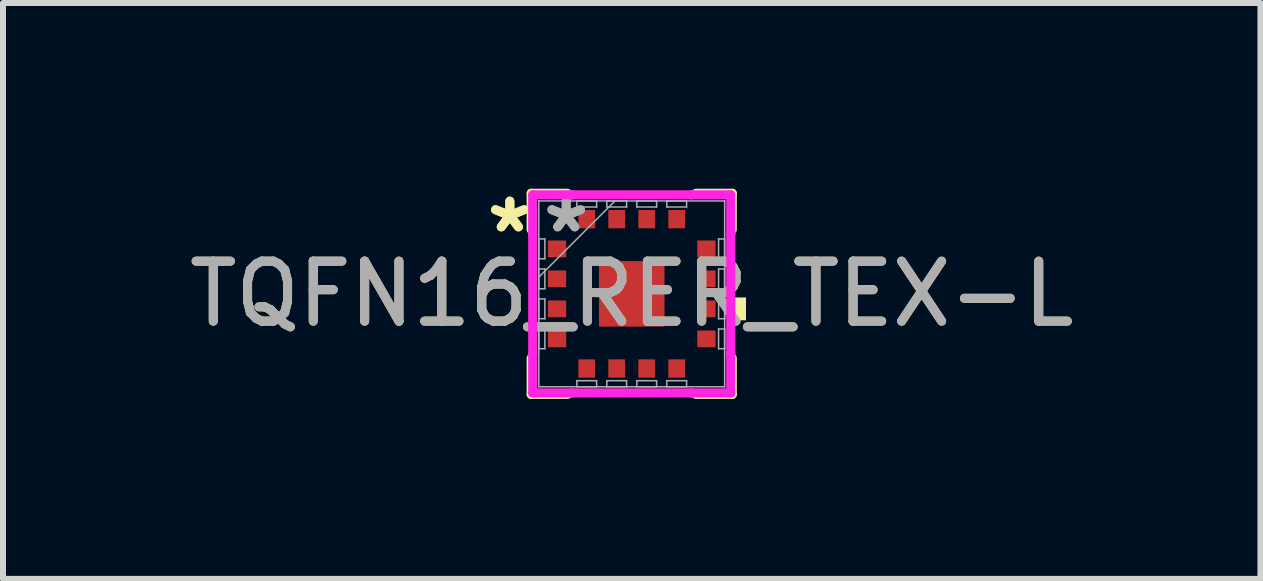
<source format=kicad_pcb>
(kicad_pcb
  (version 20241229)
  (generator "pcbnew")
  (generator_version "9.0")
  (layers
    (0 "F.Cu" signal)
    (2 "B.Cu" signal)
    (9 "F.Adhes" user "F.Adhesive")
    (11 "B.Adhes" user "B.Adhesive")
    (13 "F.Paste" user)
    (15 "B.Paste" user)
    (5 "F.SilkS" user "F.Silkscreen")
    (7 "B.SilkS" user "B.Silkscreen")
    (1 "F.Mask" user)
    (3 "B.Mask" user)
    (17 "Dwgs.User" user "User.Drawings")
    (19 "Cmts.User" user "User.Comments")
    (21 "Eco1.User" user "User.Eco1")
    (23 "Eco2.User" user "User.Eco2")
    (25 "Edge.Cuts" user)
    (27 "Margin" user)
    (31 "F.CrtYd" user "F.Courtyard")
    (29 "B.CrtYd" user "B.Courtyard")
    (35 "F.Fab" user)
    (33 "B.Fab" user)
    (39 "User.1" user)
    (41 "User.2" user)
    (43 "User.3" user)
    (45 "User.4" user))
  (footprint "TQFN16_RER_TEX-L"
    (layer "F.Cu")
    (at 7.482 1.849)
    (property "Reference" "TQFN16_RER_TEX-L" (at 0 0 0) (unlocked yes) (layer "F.SilkS") (effects (font (size 1 1) (thickness 0.15))))
    (attr smd)
    (fp_line (start -1.676 -1.676) (end -1.676 -1.071) (stroke (width 0.152) (type solid)) (layer "F.SilkS"))
    (fp_line (start -1.676 1.071) (end -1.676 1.676) (stroke (width 0.152) (type solid)) (layer "F.SilkS"))
    (fp_line (start -1.676 1.676) (end -1.071 1.676) (stroke (width 0.152) (type solid)) (layer "F.SilkS"))
    (fp_line (start -1.071 -1.676) (end -1.676 -1.676) (stroke (width 0.152) (type solid)) (layer "F.SilkS"))
    (fp_line (start 1.071 1.676) (end 1.676 1.676) (stroke (width 0.152) (type solid)) (layer "F.SilkS"))
    (fp_line (start 1.676 -1.676) (end 1.071 -1.676) (stroke (width 0.152) (type solid)) (layer "F.SilkS"))
    (fp_line (start 1.676 -1.071) (end 1.676 -1.676) (stroke (width 0.152) (type solid)) (layer "F.SilkS"))
    (fp_line (start 1.676 1.676) (end 1.676 1.071) (stroke (width 0.152) (type solid)) (layer "F.SilkS"))
    (fp_poly (pts (xy 1.905 0.06) (xy 1.905 0.441) (xy 1.651 0.441) (xy 1.651 0.06)) (stroke (width 0) (type solid)) (fill yes) (layer "F.SilkS"))
    (fp_line (start -1.651 -1.651) (end -0.991 -1.651) (stroke (width 0.152) (type solid)) (layer "F.CrtYd"))
    (fp_line (start -1.651 -0.991) (end -1.651 -1.651) (stroke (width 0.152) (type solid)) (layer "F.CrtYd"))
    (fp_line (start -1.651 -0.991) (end -1.651 -0.991) (stroke (width 0.152) (type solid)) (layer "F.CrtYd"))
    (fp_line (start -1.651 0.991) (end -1.651 -0.991) (stroke (width 0.152) (type solid)) (layer "F.CrtYd"))
    (fp_line (start -1.651 0.991) (end -1.651 0.991) (stroke (width 0.152) (type solid)) (layer "F.CrtYd"))
    (fp_line (start -1.651 1.651) (end -1.651 0.991) (stroke (width 0.152) (type solid)) (layer "F.CrtYd"))
    (fp_line (start -0.991 -1.651) (end -0.991 -1.651) (stroke (width 0.152) (type solid)) (layer "F.CrtYd"))
    (fp_line (start -0.991 -1.651) (end 0.991 -1.651) (stroke (width 0.152) (type solid)) (layer "F.CrtYd"))
    (fp_line (start -0.991 1.651) (end -1.651 1.651) (stroke (width 0.152) (type solid)) (layer "F.CrtYd"))
    (fp_line (start -0.991 1.651) (end -0.991 1.651) (stroke (width 0.152) (type solid)) (layer "F.CrtYd"))
    (fp_line (start 0.991 -1.651) (end 0.991 -1.651) (stroke (width 0.152) (type solid)) (layer "F.CrtYd"))
    (fp_line (start 0.991 -1.651) (end 1.651 -1.651) (stroke (width 0.152) (type solid)) (layer "F.CrtYd"))
    (fp_line (start 0.991 1.651) (end -0.991 1.651) (stroke (width 0.152) (type solid)) (layer "F.CrtYd"))
    (fp_line (start 0.991 1.651) (end 0.991 1.651) (stroke (width 0.152) (type solid)) (layer "F.CrtYd"))
    (fp_line (start 1.651 -1.651) (end 1.651 -0.991) (stroke (width 0.152) (type solid)) (layer "F.CrtYd"))
    (fp_line (start 1.651 -0.991) (end 1.651 -0.991) (stroke (width 0.152) (type solid)) (layer "F.CrtYd"))
    (fp_line (start 1.651 -0.991) (end 1.651 0.991) (stroke (width 0.152) (type solid)) (layer "F.CrtYd"))
    (fp_line (start 1.651 0.991) (end 1.651 0.991) (stroke (width 0.152) (type solid)) (layer "F.CrtYd"))
    (fp_line (start 1.651 0.991) (end 1.651 1.651) (stroke (width 0.152) (type solid)) (layer "F.CrtYd"))
    (fp_line (start 1.651 1.651) (end 0.991 1.651) (stroke (width 0.152) (type solid)) (layer "F.CrtYd"))
    (fp_line (start -1.549 -1.549) (end -1.549 -1.549) (stroke (width 0.025) (type solid)) (layer "F.Fab"))
    (fp_line (start -1.549 -1.549) (end -1.549 1.549) (stroke (width 0.025) (type solid)) (layer "F.Fab"))
    (fp_line (start -1.549 -0.915) (end -1.448 -0.915) (stroke (width 0.025) (type solid)) (layer "F.Fab"))
    (fp_line (start -1.549 -0.585) (end -1.549 -0.915) (stroke (width 0.025) (type solid)) (layer "F.Fab"))
    (fp_line (start -1.549 -0.415) (end -1.448 -0.415) (stroke (width 0.025) (type solid)) (layer "F.Fab"))
    (fp_line (start -1.549 -0.279) (end -0.279 -1.549) (stroke (width 0.025) (type solid)) (layer "F.Fab"))
    (fp_line (start -1.549 -0.085) (end -1.549 -0.415) (stroke (width 0.025) (type solid)) (layer "F.Fab"))
    (fp_line (start -1.549 0.085) (end -1.448 0.085) (stroke (width 0.025) (type solid)) (layer "F.Fab"))
    (fp_line (start -1.549 0.415) (end -1.549 0.085) (stroke (width 0.025) (type solid)) (layer "F.Fab"))
    (fp_line (start -1.549 0.585) (end -1.448 0.585) (stroke (width 0.025) (type solid)) (layer "F.Fab"))
    (fp_line (start -1.549 0.915) (end -1.549 0.585) (stroke (width 0.025) (type solid)) (layer "F.Fab"))
    (fp_line (start -1.549 1.549) (end -1.549 1.549) (stroke (width 0.025) (type solid)) (layer "F.Fab"))
    (fp_line (start -1.549 1.549) (end 1.549 1.549) (stroke (width 0.025) (type solid)) (layer "F.Fab"))
    (fp_line (start -1.448 -0.915) (end -1.448 -0.585) (stroke (width 0.025) (type solid)) (layer "F.Fab"))
    (fp_line (start -1.448 -0.585) (end -1.549 -0.585) (stroke (width 0.025) (type solid)) (layer "F.Fab"))
    (fp_line (start -1.448 -0.415) (end -1.448 -0.085) (stroke (width 0.025) (type solid)) (layer "F.Fab"))
    (fp_line (start -1.448 -0.085) (end -1.549 -0.085) (stroke (width 0.025) (type solid)) (layer "F.Fab"))
    (fp_line (start -1.448 0.085) (end -1.448 0.415) (stroke (width 0.025) (type solid)) (layer "F.Fab"))
    (fp_line (start -1.448 0.415) (end -1.549 0.415) (stroke (width 0.025) (type solid)) (layer "F.Fab"))
    (fp_line (start -1.448 0.585) (end -1.448 0.915) (stroke (width 0.025) (type solid)) (layer "F.Fab"))
    (fp_line (start -1.448 0.915) (end -1.549 0.915) (stroke (width 0.025) (type solid)) (layer "F.Fab"))
    (fp_line (start -0.915 -1.549) (end -0.585 -1.549) (stroke (width 0.025) (type solid)) (layer "F.Fab"))
    (fp_line (start -0.915 -1.448) (end -0.915 -1.549) (stroke (width 0.025) (type solid)) (layer "F.Fab"))
    (fp_line (start -0.915 1.448) (end -0.585 1.448) (stroke (width 0.025) (type solid)) (layer "F.Fab"))
    (fp_line (start -0.915 1.549) (end -0.915 1.448) (stroke (width 0.025) (type solid)) (layer "F.Fab"))
    (fp_line (start -0.585 -1.549) (end -0.585 -1.448) (stroke (width 0.025) (type solid)) (layer "F.Fab"))
    (fp_line (start -0.585 -1.448) (end -0.915 -1.448) (stroke (width 0.025) (type solid)) (layer "F.Fab"))
    (fp_line (start -0.585 1.448) (end -0.585 1.549) (stroke (width 0.025) (type solid)) (layer "F.Fab"))
    (fp_line (start -0.585 1.549) (end -0.915 1.549) (stroke (width 0.025) (type solid)) (layer "F.Fab"))
    (fp_line (start -0.415 -1.549) (end -0.085 -1.549) (stroke (width 0.025) (type solid)) (layer "F.Fab"))
    (fp_line (start -0.415 -1.448) (end -0.415 -1.549) (stroke (width 0.025) (type solid)) (layer "F.Fab"))
    (fp_line (start -0.415 1.448) (end -0.085 1.448) (stroke (width 0.025) (type solid)) (layer "F.Fab"))
    (fp_line (start -0.415 1.549) (end -0.415 1.448) (stroke (width 0.025) (type solid)) (layer "F.Fab"))
    (fp_line (start -0.085 -1.549) (end -0.085 -1.448) (stroke (width 0.025) (type solid)) (layer "F.Fab"))
    (fp_line (start -0.085 -1.448) (end -0.415 -1.448) (stroke (width 0.025) (type solid)) (layer "F.Fab"))
    (fp_line (start -0.085 1.448) (end -0.085 1.549) (stroke (width 0.025) (type solid)) (layer "F.Fab"))
    (fp_line (start -0.085 1.549) (end -0.415 1.549) (stroke (width 0.025) (type solid)) (layer "F.Fab"))
    (fp_line (start 0.085 -1.549) (end 0.415 -1.549) (stroke (width 0.025) (type solid)) (layer "F.Fab"))
    (fp_line (start 0.085 -1.448) (end 0.085 -1.549) (stroke (width 0.025) (type solid)) (layer "F.Fab"))
    (fp_line (start 0.085 1.448) (end 0.415 1.448) (stroke (width 0.025) (type solid)) (layer "F.Fab"))
    (fp_line (start 0.085 1.549) (end 0.085 1.448) (stroke (width 0.025) (type solid)) (layer "F.Fab"))
    (fp_line (start 0.415 -1.549) (end 0.415 -1.448) (stroke (width 0.025) (type solid)) (layer "F.Fab"))
    (fp_line (start 0.415 -1.448) (end 0.085 -1.448) (stroke (width 0.025) (type solid)) (layer "F.Fab"))
    (fp_line (start 0.415 1.448) (end 0.415 1.549) (stroke (width 0.025) (type solid)) (layer "F.Fab"))
    (fp_line (start 0.415 1.549) (end 0.085 1.549) (stroke (width 0.025) (type solid)) (layer "F.Fab"))
    (fp_line (start 0.585 -1.549) (end 0.915 -1.549) (stroke (width 0.025) (type solid)) (layer "F.Fab"))
    (fp_line (start 0.585 -1.448) (end 0.585 -1.549) (stroke (width 0.025) (type solid)) (layer "F.Fab"))
    (fp_line (start 0.585 1.448) (end 0.915 1.448) (stroke (width 0.025) (type solid)) (layer "F.Fab"))
    (fp_line (start 0.585 1.549) (end 0.585 1.448) (stroke (width 0.025) (type solid)) (layer "F.Fab"))
    (fp_line (start 0.915 -1.549) (end 0.915 -1.448) (stroke (width 0.025) (type solid)) (layer "F.Fab"))
    (fp_line (start 0.915 -1.448) (end 0.585 -1.448) (stroke (width 0.025) (type solid)) (layer "F.Fab"))
    (fp_line (start 0.915 1.448) (end 0.915 1.549) (stroke (width 0.025) (type solid)) (layer "F.Fab"))
    (fp_line (start 0.915 1.549) (end 0.585 1.549) (stroke (width 0.025) (type solid)) (layer "F.Fab"))
    (fp_line (start 1.448 -0.915) (end 1.549 -0.915) (stroke (width 0.025) (type solid)) (layer "F.Fab"))
    (fp_line (start 1.448 -0.585) (end 1.448 -0.915) (stroke (width 0.025) (type solid)) (layer "F.Fab"))
    (fp_line (start 1.448 -0.415) (end 1.549 -0.415) (stroke (width 0.025) (type solid)) (layer "F.Fab"))
    (fp_line (start 1.448 -0.085) (end 1.448 -0.415) (stroke (width 0.025) (type solid)) (layer "F.Fab"))
    (fp_line (start 1.448 0.085) (end 1.549 0.085) (stroke (width 0.025) (type solid)) (layer "F.Fab"))
    (fp_line (start 1.448 0.415) (end 1.448 0.085) (stroke (width 0.025) (type solid)) (layer "F.Fab"))
    (fp_line (start 1.448 0.585) (end 1.549 0.585) (stroke (width 0.025) (type solid)) (layer "F.Fab"))
    (fp_line (start 1.448 0.915) (end 1.448 0.585) (stroke (width 0.025) (type solid)) (layer "F.Fab"))
    (fp_line (start 1.549 -1.549) (end -1.549 -1.549) (stroke (width 0.025) (type solid)) (layer "F.Fab"))
    (fp_line (start 1.549 -1.549) (end 1.549 -1.549) (stroke (width 0.025) (type solid)) (layer "F.Fab"))
    (fp_line (start 1.549 -0.915) (end 1.549 -0.585) (stroke (width 0.025) (type solid)) (layer "F.Fab"))
    (fp_line (start 1.549 -0.585) (end 1.448 -0.585) (stroke (width 0.025) (type solid)) (layer "F.Fab"))
    (fp_line (start 1.549 -0.415) (end 1.549 -0.085) (stroke (width 0.025) (type solid)) (layer "F.Fab"))
    (fp_line (start 1.549 -0.085) (end 1.448 -0.085) (stroke (width 0.025) (type solid)) (layer "F.Fab"))
    (fp_line (start 1.549 0.085) (end 1.549 0.415) (stroke (width 0.025) (type solid)) (layer "F.Fab"))
    (fp_line (start 1.549 0.415) (end 1.448 0.415) (stroke (width 0.025) (type solid)) (layer "F.Fab"))
    (fp_line (start 1.549 0.585) (end 1.549 0.915) (stroke (width 0.025) (type solid)) (layer "F.Fab"))
    (fp_line (start 1.549 0.915) (end 1.448 0.915) (stroke (width 0.025) (type solid)) (layer "F.Fab"))
    (fp_line (start 1.549 1.549) (end 1.549 -1.549) (stroke (width 0.025) (type solid)) (layer "F.Fab"))
    (fp_line (start 1.549 1.549) (end 1.549 1.549) (stroke (width 0.025) (type solid)) (layer "F.Fab"))
    (fp_text user "*" (at -2.032 -1 0) (unlocked yes) (layer "F.SilkS") (effects (font (size 1 1) (thickness 0.15))))
    (fp_text user "*" (at -2.032 -1 0) (layer "F.SilkS") (effects (font (size 1 1) (thickness 0.15))))
    (fp_text user "${REFERENCE}" (at 0 0 0) (unlocked yes) (layer "F.Fab") (effects (font (size 1 1) (thickness 0.15))))
    (fp_text user "*" (at -1.092 -1 0) (unlocked yes) (layer "F.Fab") (effects (font (size 1 1) (thickness 0.15))))
    (fp_text user "*" (at -1.092 -1 0) (layer "F.Fab") (effects (font (size 1 1) (thickness 0.15))))
    (pad "1" smd rect (at -1.245 -0.75 90) (size 0.279 0.305) (layers "F.Cu" "F.Mask" "F.Paste"))
    (pad "2" smd rect (at -1.245 -0.25 90) (size 0.279 0.305) (layers "F.Cu" "F.Mask" "F.Paste"))
    (pad "3" smd rect (at -1.245 0.25 90) (size 0.279 0.305) (layers "F.Cu" "F.Mask" "F.Paste"))
    (pad "4" smd rect (at -1.245 0.75 90) (size 0.279 0.305) (layers "F.Cu" "F.Mask" "F.Paste"))
    (pad "5" smd rect (at -0.75 1.245) (size 0.279 0.305) (layers "F.Cu" "F.Mask" "F.Paste"))
    (pad "6" smd rect (at -0.25 1.245) (size 0.279 0.305) (layers "F.Cu" "F.Mask" "F.Paste"))
    (pad "7" smd rect (at 0.25 1.245) (size 0.279 0.305) (layers "F.Cu" "F.Mask" "F.Paste"))
    (pad "8" smd rect (at 0.75 1.245) (size 0.279 0.305) (layers "F.Cu" "F.Mask" "F.Paste"))
    (pad "9" smd rect (at 1.245 0.75 90) (size 0.279 0.305) (layers "F.Cu" "F.Mask" "F.Paste"))
    (pad "10" smd rect (at 1.245 0.25 90) (size 0.279 0.305) (layers "F.Cu" "F.Mask" "F.Paste"))
    (pad "11" smd rect (at 1.245 -0.25 90) (size 0.279 0.305) (layers "F.Cu" "F.Mask" "F.Paste"))
    (pad "12" smd rect (at 1.245 -0.75 90) (size 0.279 0.305) (layers "F.Cu" "F.Mask" "F.Paste"))
    (pad "13" smd rect (at 0.75 -1.245) (size 0.279 0.305) (layers "F.Cu" "F.Mask" "F.Paste"))
    (pad "14" smd rect (at 0.25 -1.245) (size 0.279 0.305) (layers "F.Cu" "F.Mask" "F.Paste"))
    (pad "15" smd rect (at -0.25 -1.245) (size 0.279 0.305) (layers "F.Cu" "F.Mask" "F.Paste"))
    (pad "16" smd rect (at -0.75 -1.245) (size 0.279 0.305) (layers "F.Cu" "F.Mask" "F.Paste"))
    (pad "17" smd rect (at 0 0) (size 1.092 1.092) (layers "F.Cu" "F.Mask" "F.Paste")))
  (gr_rect
    (start -3 -3)
    (end 17.964 6.601)
    (stroke (width 0.1) (type default))
    (fill no)
    (layer "Edge.Cuts")))
</source>
